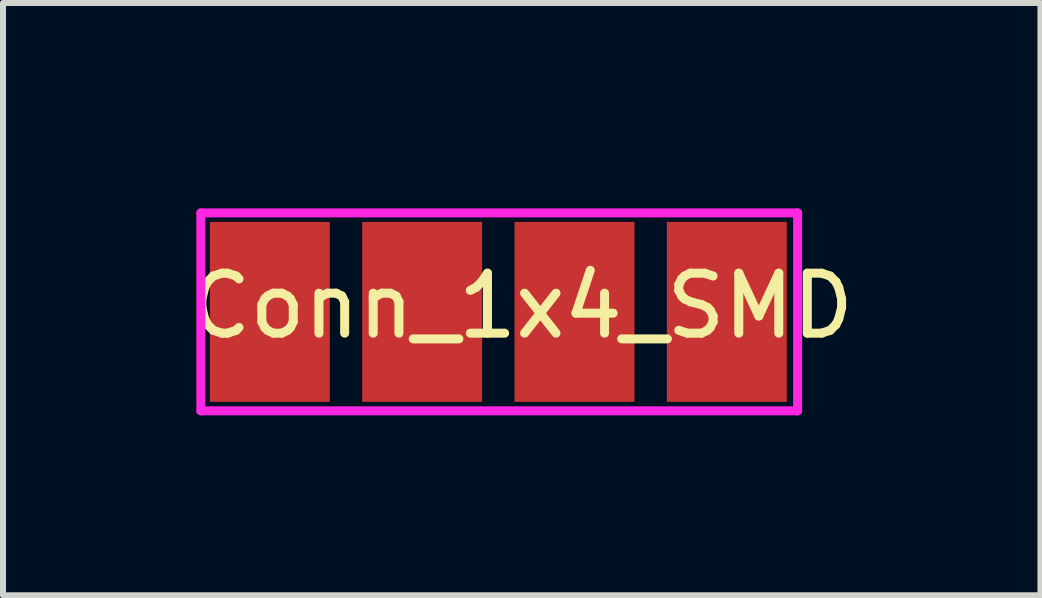
<source format=kicad_pcb>
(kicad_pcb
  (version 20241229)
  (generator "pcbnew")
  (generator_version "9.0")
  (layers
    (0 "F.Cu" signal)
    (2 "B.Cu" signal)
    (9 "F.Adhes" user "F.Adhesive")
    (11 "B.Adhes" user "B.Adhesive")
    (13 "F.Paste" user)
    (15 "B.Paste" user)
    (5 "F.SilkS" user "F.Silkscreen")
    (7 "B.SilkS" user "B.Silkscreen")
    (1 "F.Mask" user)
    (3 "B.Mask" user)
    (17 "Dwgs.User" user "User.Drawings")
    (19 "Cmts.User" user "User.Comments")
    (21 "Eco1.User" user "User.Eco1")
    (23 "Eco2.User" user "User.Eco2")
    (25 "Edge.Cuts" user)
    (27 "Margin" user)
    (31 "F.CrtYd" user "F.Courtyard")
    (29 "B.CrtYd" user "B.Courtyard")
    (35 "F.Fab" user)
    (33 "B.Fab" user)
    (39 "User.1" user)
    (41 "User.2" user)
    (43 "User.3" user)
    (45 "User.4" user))
  (footprint "Conn_1x4_SMD"
    (layer "F.Cu")
    (at 5.349 0.25)
    (property "Reference" "Conn_1x4_SMD" (at 0.3 1.8 0) (layer "F.SilkS") (effects (font (size 1 1) (thickness 0.15))))
    (attr through_hole)
    (fp_line (start -5.05 0.25) (end -5.05 3.55) (stroke (width 0.15) (type solid)) (layer "F.CrtYd"))
    (fp_line (start -5.05 3.55) (end 4.9 3.55) (stroke (width 0.15) (type solid)) (layer "F.CrtYd"))
    (fp_line (start 4.9 0.25) (end -5.05 0.25) (stroke (width 0.15) (type solid)) (layer "F.CrtYd"))
    (fp_line (start 4.9 0.25) (end 4.9 3.55) (stroke (width 0.15) (type solid)) (layer "F.CrtYd"))
    (pad "1" smd rect (at -3.9 1.9) (size 2 3) (layers "F.Cu" "F.Mask" "F.Paste"))
    (pad "2" smd rect (at -1.36 1.9) (size 2 3) (layers "F.Cu" "F.Mask" "F.Paste"))
    (pad "3" smd rect (at 1.18 1.9) (size 2 3) (layers "F.Cu" "F.Mask" "F.Paste"))
    (pad "4" smd rect (at 3.72 1.9) (size 2 3) (layers "F.Cu" "F.Mask" "F.Paste")))
  (gr_rect
    (start -3 -3)
    (end 14.298 6.875)
    (stroke (width 0.1) (type default))
    (fill no)
    (layer "Edge.Cuts")))
</source>
